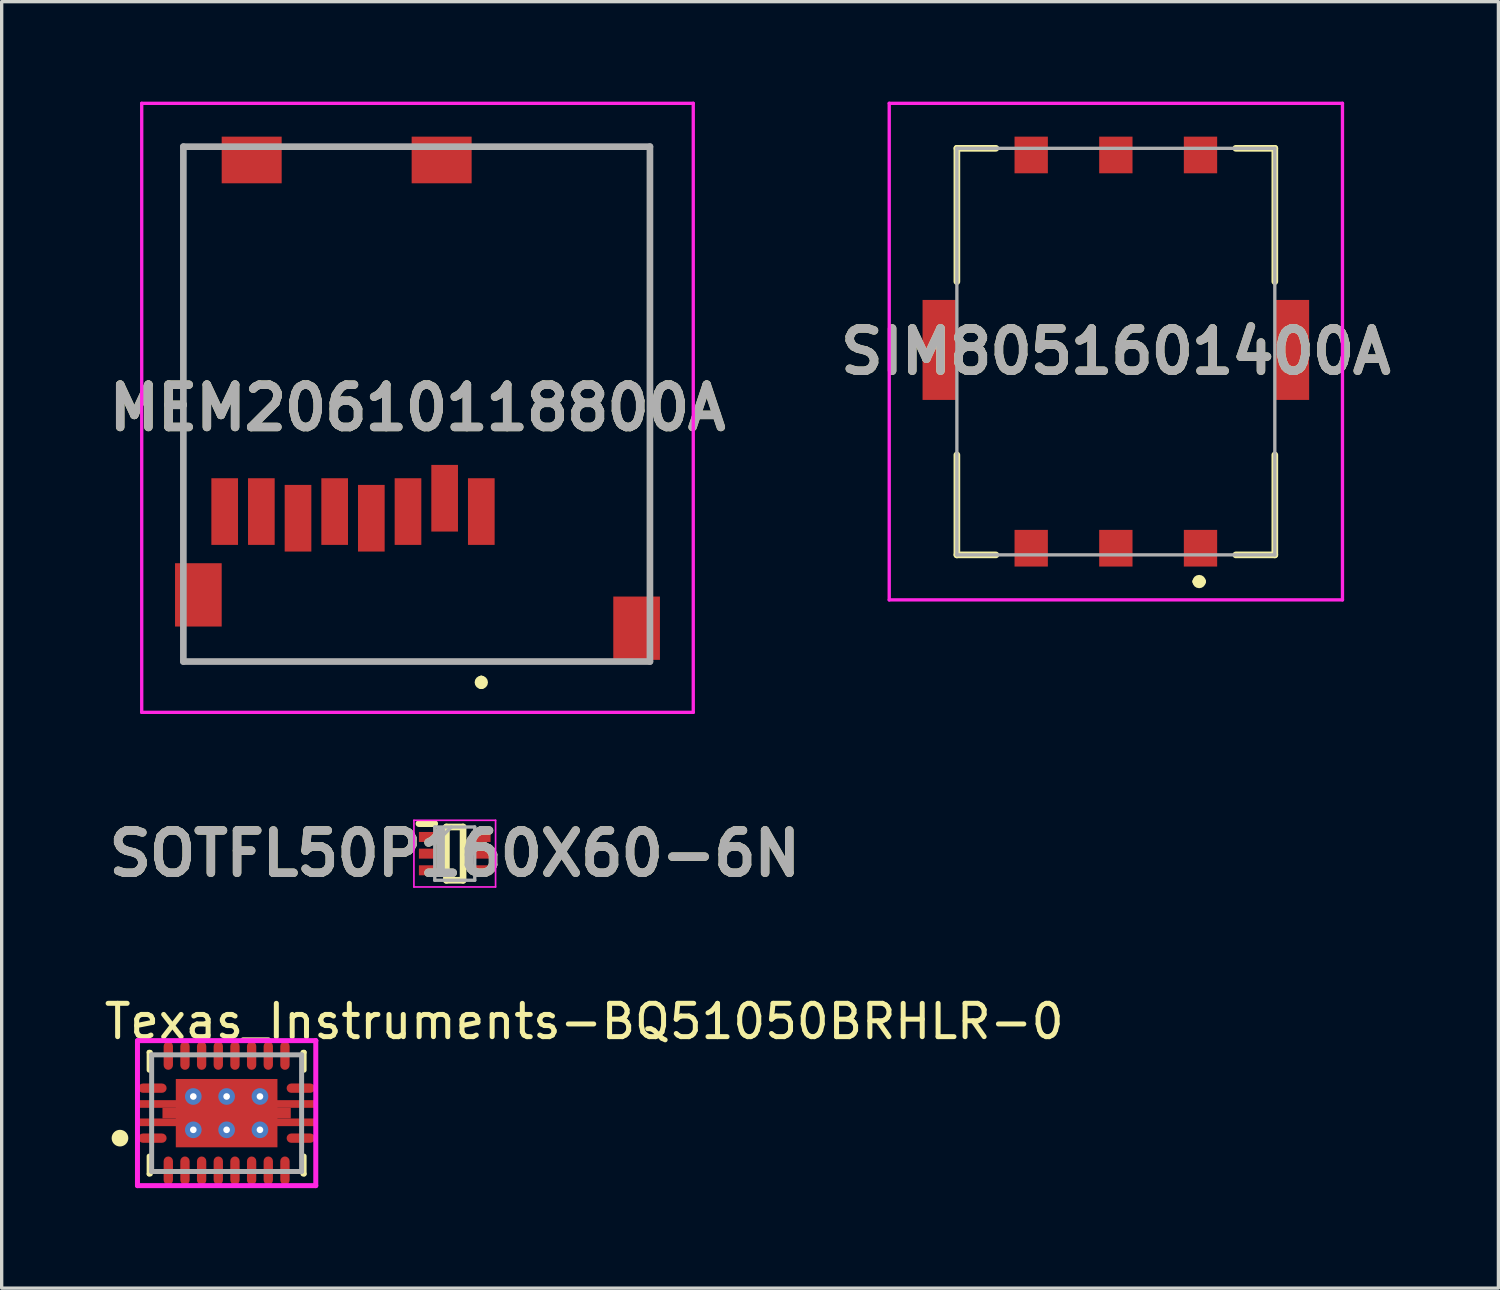
<source format=kicad_pcb>
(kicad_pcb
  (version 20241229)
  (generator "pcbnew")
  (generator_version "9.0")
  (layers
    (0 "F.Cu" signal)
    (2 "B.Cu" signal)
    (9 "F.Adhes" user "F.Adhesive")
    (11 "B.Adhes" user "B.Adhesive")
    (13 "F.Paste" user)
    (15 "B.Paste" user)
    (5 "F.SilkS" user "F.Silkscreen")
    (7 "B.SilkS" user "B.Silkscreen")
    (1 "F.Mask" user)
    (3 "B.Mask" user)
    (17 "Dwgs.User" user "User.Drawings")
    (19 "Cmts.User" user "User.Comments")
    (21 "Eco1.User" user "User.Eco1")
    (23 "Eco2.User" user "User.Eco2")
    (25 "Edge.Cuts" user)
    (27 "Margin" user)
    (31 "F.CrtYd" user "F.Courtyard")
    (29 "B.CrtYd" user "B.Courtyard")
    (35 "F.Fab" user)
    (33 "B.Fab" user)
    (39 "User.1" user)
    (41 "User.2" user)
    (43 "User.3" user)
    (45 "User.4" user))
  (footprint "MEM20610118800A"
    (layer "F.Cu")
    (at 3.692 12.3)
    (property "Reference" "MEM20610118800A" (at 5.785 -3.112 0) (layer "F.SilkS") (effects (font (size 1.27 1.27) (thickness 0.254))))
    (attr smd)
    (fp_line (start -1.24 -10.95) (end -0.64 -10.95) (stroke (width 0.1) (type solid)) (layer "F.SilkS"))
    (fp_line (start -1.24 1.025) (end -1.24 -10.95) (stroke (width 0.1) (type solid)) (layer "F.SilkS"))
    (fp_line (start -1.24 4.5) (end 11.26 4.5) (stroke (width 0.1) (type solid)) (layer "F.SilkS"))
    (fp_line (start 7.7 5.025) (end 7.7 5.025) (stroke (width 0.2) (type solid)) (layer "F.SilkS"))
    (fp_line (start 7.7 5.225) (end 7.7 5.225) (stroke (width 0.2) (type solid)) (layer "F.SilkS"))
    (fp_line (start 7.76 -10.95) (end 12.76 -10.95) (stroke (width 0.1) (type solid)) (layer "F.SilkS"))
    (fp_line (start 12.76 -10.95) (end 12.76 2.825) (stroke (width 0.1) (type solid)) (layer "F.SilkS"))
    (fp_arc (start 7.7 5.025) (mid 7.8 5.125) (end 7.7 5.225) (stroke (width 0.2) (type solid)) (layer "F.SilkS"))
    (fp_arc (start 7.7 5.225) (mid 7.6 5.125) (end 7.7 5.025) (stroke (width 0.2) (type solid)) (layer "F.SilkS"))
    (fp_line (start -2.49 -12.25) (end 14.06 -12.25) (stroke (width 0.1) (type solid)) (layer "F.CrtYd"))
    (fp_line (start -2.49 6.025) (end -2.49 -12.25) (stroke (width 0.1) (type solid)) (layer "F.CrtYd"))
    (fp_line (start 14.06 -12.25) (end 14.06 6.025) (stroke (width 0.1) (type solid)) (layer "F.CrtYd"))
    (fp_line (start 14.06 6.025) (end -2.49 6.025) (stroke (width 0.1) (type solid)) (layer "F.CrtYd"))
    (fp_line (start -1.24 -10.95) (end 12.76 -10.95) (stroke (width 0.2) (type solid)) (layer "F.Fab"))
    (fp_line (start -1.24 4.5) (end -1.24 -10.95) (stroke (width 0.2) (type solid)) (layer "F.Fab"))
    (fp_line (start 12.76 -10.95) (end 12.76 4.5) (stroke (width 0.2) (type solid)) (layer "F.Fab"))
    (fp_line (start 12.76 4.5) (end -1.24 4.5) (stroke (width 0.2) (type solid)) (layer "F.Fab"))
    (fp_text user "${REFERENCE}" (at 5.785 -3.112 0) (layer "F.Fab") (effects (font (size 1.27 1.27) (thickness 0.254))))
    (pad "CD1" smd rect (at 6.51 -10.55 90) (size 1.4 1.8) (layers "F.Cu" "F.Mask" "F.Paste"))
    (pad "CD2" smd rect (at 0.81 -10.55 90) (size 1.4 1.8) (layers "F.Cu" "F.Mask" "F.Paste"))
    (pad "G1" smd rect (at 12.36 3.5) (size 1.4 1.9) (layers "F.Cu" "F.Mask" "F.Paste"))
    (pad "G2" smd rect (at -0.79 2.5) (size 1.4 1.9) (layers "F.Cu" "F.Mask" "F.Paste"))
    (pad "P1" smd rect (at 7.7 0) (size 0.8 2) (layers "F.Cu" "F.Mask" "F.Paste"))
    (pad "P2" smd rect (at 6.6 -0.4) (size 0.8 2) (layers "F.Cu" "F.Mask" "F.Paste"))
    (pad "P3" smd rect (at 5.5 0) (size 0.8 2) (layers "F.Cu" "F.Mask" "F.Paste"))
    (pad "P4" smd rect (at 4.4 0.2) (size 0.8 2) (layers "F.Cu" "F.Mask" "F.Paste"))
    (pad "P5" smd rect (at 3.3 0) (size 0.8 2) (layers "F.Cu" "F.Mask" "F.Paste"))
    (pad "P6" smd rect (at 2.2 0.2) (size 0.8 2) (layers "F.Cu" "F.Mask" "F.Paste"))
    (pad "P7" smd rect (at 1.1 0) (size 0.8 2) (layers "F.Cu" "F.Mask" "F.Paste"))
    (pad "P8" smd rect (at 0 0) (size 0.8 2) (layers "F.Cu" "F.Mask" "F.Paste")))
  (footprint "SOTFL50P160X60-6N"
    (layer "F.Cu")
    (at 10.595 22.564)
    (property "Reference" "SOTFL50P160X60-6N" (at 0 0 0) (layer "F.SilkS") (effects (font (size 1.27 1.27) (thickness 0.254))))
    (attr smd)
    (fp_line (start -1.075 -0.9) (end -0.6 -0.9) (stroke (width 0.2) (type solid)) (layer "F.SilkS"))
    (fp_line (start -0.25 -0.8) (end 0.25 -0.8) (stroke (width 0.2) (type solid)) (layer "F.SilkS"))
    (fp_line (start -0.25 0.8) (end -0.25 -0.8) (stroke (width 0.2) (type solid)) (layer "F.SilkS"))
    (fp_line (start 0.25 -0.8) (end 0.25 0.8) (stroke (width 0.2) (type solid)) (layer "F.SilkS"))
    (fp_line (start 0.25 0.8) (end -0.25 0.8) (stroke (width 0.2) (type solid)) (layer "F.SilkS"))
    (fp_line (start -1.225 -1) (end 1.225 -1) (stroke (width 0.05) (type solid)) (layer "F.CrtYd"))
    (fp_line (start -1.225 1) (end -1.225 -1) (stroke (width 0.05) (type solid)) (layer "F.CrtYd"))
    (fp_line (start 1.225 -1) (end 1.225 1) (stroke (width 0.05) (type solid)) (layer "F.CrtYd"))
    (fp_line (start 1.225 1) (end -1.225 1) (stroke (width 0.05) (type solid)) (layer "F.CrtYd"))
    (fp_line (start -0.6 -0.8) (end 0.6 -0.8) (stroke (width 0.1) (type solid)) (layer "F.Fab"))
    (fp_line (start -0.6 -0.3) (end -0.1 -0.8) (stroke (width 0.1) (type solid)) (layer "F.Fab"))
    (fp_line (start -0.6 0.8) (end -0.6 -0.8) (stroke (width 0.1) (type solid)) (layer "F.Fab"))
    (fp_line (start 0.6 -0.8) (end 0.6 0.8) (stroke (width 0.1) (type solid)) (layer "F.Fab"))
    (fp_line (start 0.6 0.8) (end -0.6 0.8) (stroke (width 0.1) (type solid)) (layer "F.Fab"))
    (fp_text user "${REFERENCE}" (at 0 0 0) (layer "F.Fab") (effects (font (size 1.27 1.27) (thickness 0.254))))
    (pad "1" smd rect (at -0.838 -0.5 90) (size 0.3 0.475) (layers "F.Cu" "F.Mask" "F.Paste"))
    (pad "2" smd rect (at -0.838 0 90) (size 0.3 0.475) (layers "F.Cu" "F.Mask" "F.Paste"))
    (pad "3" smd rect (at -0.838 0.5 90) (size 0.3 0.475) (layers "F.Cu" "F.Mask" "F.Paste"))
    (pad "4" smd rect (at 0.838 0.5 90) (size 0.3 0.475) (layers "F.Cu" "F.Mask" "F.Paste"))
    (pad "5" smd rect (at 0.838 0 90) (size 0.3 0.475) (layers "F.Cu" "F.Mask" "F.Paste"))
    (pad "6" smd rect (at 0.838 -0.5 90) (size 0.3 0.475) (layers "F.Cu" "F.Mask" "F.Paste")))
  (footprint "SIM8051601400A"
    (layer "F.Cu")
    (at 30.432 7.5)
    (property "Reference" "SIM8051601400A" (at 0 0 0) (layer "F.SilkS") (effects (font (size 1.27 1.27) (thickness 0.254))))
    (attr smd)
    (fp_line (start -4.77 -6.1) (end -4.77 -2.1) (stroke (width 0.2) (type solid)) (layer "F.SilkS"))
    (fp_line (start -4.77 3.1) (end -4.77 6.1) (stroke (width 0.2) (type solid)) (layer "F.SilkS"))
    (fp_line (start -4.77 6.1) (end -3.6 6.1) (stroke (width 0.2) (type solid)) (layer "F.SilkS"))
    (fp_line (start -3.6 -6.1) (end -4.77 -6.1) (stroke (width 0.2) (type solid)) (layer "F.SilkS"))
    (fp_line (start 2.4 6.9) (end 2.4 6.9) (stroke (width 0.2) (type solid)) (layer "F.SilkS"))
    (fp_line (start 2.6 6.9) (end 2.6 6.9) (stroke (width 0.2) (type solid)) (layer "F.SilkS"))
    (fp_line (start 3.6 6.1) (end 4.77 6.1) (stroke (width 0.2) (type solid)) (layer "F.SilkS"))
    (fp_line (start 4.77 -6.1) (end 3.6 -6.1) (stroke (width 0.2) (type solid)) (layer "F.SilkS"))
    (fp_line (start 4.77 -2.1) (end 4.77 -6.1) (stroke (width 0.2) (type solid)) (layer "F.SilkS"))
    (fp_line (start 4.77 6.1) (end 4.77 3.1) (stroke (width 0.2) (type solid)) (layer "F.SilkS"))
    (fp_arc (start 2.4 6.9) (mid 2.5 6.8) (end 2.6 6.9) (stroke (width 0.2) (type solid)) (layer "F.SilkS"))
    (fp_arc (start 2.6 6.9) (mid 2.5 7) (end 2.4 6.9) (stroke (width 0.2) (type solid)) (layer "F.SilkS"))
    (fp_line (start -6.8 -7.45) (end 6.8 -7.45) (stroke (width 0.1) (type solid)) (layer "F.CrtYd"))
    (fp_line (start -6.8 7.45) (end -6.8 -7.45) (stroke (width 0.1) (type solid)) (layer "F.CrtYd"))
    (fp_line (start 6.8 -7.45) (end 6.8 7.45) (stroke (width 0.1) (type solid)) (layer "F.CrtYd"))
    (fp_line (start 6.8 7.45) (end -6.8 7.45) (stroke (width 0.1) (type solid)) (layer "F.CrtYd"))
    (fp_line (start -4.77 -6.1) (end 4.77 -6.1) (stroke (width 0.1) (type solid)) (layer "F.Fab"))
    (fp_line (start -4.77 6.1) (end -4.77 -6.1) (stroke (width 0.1) (type solid)) (layer "F.Fab"))
    (fp_line (start 4.77 -6.1) (end 4.77 6.1) (stroke (width 0.1) (type solid)) (layer "F.Fab"))
    (fp_line (start 4.77 6.1) (end -4.77 6.1) (stroke (width 0.1) (type solid)) (layer "F.Fab"))
    (fp_text user "${REFERENCE}" (at 0 0 0) (layer "F.Fab") (effects (font (size 1.27 1.27) (thickness 0.254))))
    (pad "C1" smd rect (at 2.54 5.9) (size 1 1.1) (layers "F.Cu" "F.Mask" "F.Paste"))
    (pad "C2" smd rect (at 0 5.9) (size 1 1.1) (layers "F.Cu" "F.Mask" "F.Paste"))
    (pad "C3" smd rect (at -2.54 5.9) (size 1 1.1) (layers "F.Cu" "F.Mask" "F.Paste"))
    (pad "C5" smd rect (at 2.54 -5.9) (size 1 1.1) (layers "F.Cu" "F.Mask" "F.Paste"))
    (pad "C6" smd rect (at 0 -5.9) (size 1 1.1) (layers "F.Cu" "F.Mask" "F.Paste"))
    (pad "C7" smd rect (at -2.54 -5.9) (size 1 1.1) (layers "F.Cu" "F.Mask" "F.Paste"))
    (pad "MP1" smd rect (at 5.3 -0.05) (size 1 3) (layers "F.Cu" "F.Mask" "F.Paste"))
    (pad "MP2" smd rect (at -5.3 -0.05) (size 1 3) (layers "F.Cu" "F.Mask" "F.Paste")))
  (footprint "Texas_Instruments-BQ51050BRHLR-0"
    (layer "F.Cu")
    (at 3.75 30.351)
    (property "Reference" "Texas_Instruments-BQ51050BRHLR-0" (at -3.75 -2.75 0) (layer "F.SilkS") (effects (font (size 1 1) (thickness 0.15)) (justify left)))
    (attr through_hole)
    (fp_line (start -2.325 -1.825) (end -2.29 -1.825) (stroke (width 0.15) (type solid)) (layer "F.SilkS"))
    (fp_line (start -2.325 -1.29) (end -2.325 -1.825) (stroke (width 0.15) (type solid)) (layer "F.SilkS"))
    (fp_line (start -2.325 1.825) (end -2.325 1.29) (stroke (width 0.15) (type solid)) (layer "F.SilkS"))
    (fp_line (start -2.325 1.825) (end -2.29 1.825) (stroke (width 0.15) (type solid)) (layer "F.SilkS"))
    (fp_line (start 2.29 -1.825) (end 2.325 -1.825) (stroke (width 0.15) (type solid)) (layer "F.SilkS"))
    (fp_line (start 2.29 1.825) (end 2.325 1.825) (stroke (width 0.15) (type solid)) (layer "F.SilkS"))
    (fp_line (start 2.325 -1.29) (end 2.325 -1.825) (stroke (width 0.15) (type solid)) (layer "F.SilkS"))
    (fp_line (start 2.325 1.825) (end 2.325 1.29) (stroke (width 0.15) (type solid)) (layer "F.SilkS"))
    (fp_circle (center -3.2 0.75) (end -3.075 0.75) (stroke (width 0.25) (type solid)) (fill no) (layer "F.SilkS"))
    (fp_line (start -2.675 -2.175) (end -2.675 2.175) (stroke (width 0.15) (type solid)) (layer "F.CrtYd"))
    (fp_line (start -2.675 2.175) (end 2.675 2.175) (stroke (width 0.15) (type solid)) (layer "F.CrtYd"))
    (fp_line (start 2.675 -2.175) (end -2.675 -2.175) (stroke (width 0.15) (type solid)) (layer "F.CrtYd"))
    (fp_line (start 2.675 -2.175) (end 2.675 -2.175) (stroke (width 0.15) (type solid)) (layer "F.CrtYd"))
    (fp_line (start 2.675 2.175) (end 2.675 -2.175) (stroke (width 0.15) (type solid)) (layer "F.CrtYd"))
    (fp_line (start -2.25 -1.75) (end 2.25 -1.75) (stroke (width 0.15) (type solid)) (layer "F.Fab"))
    (fp_line (start -2.25 1.75) (end -2.25 -1.75) (stroke (width 0.15) (type solid)) (layer "F.Fab"))
    (fp_line (start 2.25 -1.75) (end 2.25 1.75) (stroke (width 0.15) (type solid)) (layer "F.Fab"))
    (fp_line (start 2.25 1.75) (end -2.25 1.75) (stroke (width 0.15) (type solid)) (layer "F.Fab"))
    (pad "1" smd roundrect (at -2.225 0.75 270) (size 0.28 0.85) (layers "F.Cu" "F.Mask" "F.Paste") (roundrect_rratio 0.5))
    (pad "2" smd roundrect (at -1.75 1.725) (size 0.28 0.85) (layers "F.Cu" "F.Mask" "F.Paste") (roundrect_rratio 0.5))
    (pad "3" smd roundrect (at -1.25 1.725) (size 0.28 0.85) (layers "F.Cu" "F.Mask" "F.Paste") (roundrect_rratio 0.5))
    (pad "4" smd roundrect (at -0.75 1.725) (size 0.28 0.85) (layers "F.Cu" "F.Mask" "F.Paste") (roundrect_rratio 0.5))
    (pad "5" smd roundrect (at -0.25 1.725) (size 0.28 0.85) (layers "F.Cu" "F.Mask" "F.Paste") (roundrect_rratio 0.5))
    (pad "6" smd roundrect (at 0.25 1.725) (size 0.28 0.85) (layers "F.Cu" "F.Mask" "F.Paste") (roundrect_rratio 0.5))
    (pad "7" smd roundrect (at 0.75 1.725) (size 0.28 0.85) (layers "F.Cu" "F.Mask" "F.Paste") (roundrect_rratio 0.5))
    (pad "8" smd roundrect (at 1.25 1.725) (size 0.28 0.85) (layers "F.Cu" "F.Mask" "F.Paste") (roundrect_rratio 0.5))
    (pad "9" smd roundrect (at 1.75 1.725) (size 0.28 0.85) (layers "F.Cu" "F.Mask" "F.Paste") (roundrect_rratio 0.5))
    (pad "10" smd roundrect (at 2.225 0.75 270) (size 0.28 0.85) (layers "F.Cu" "F.Mask" "F.Paste") (roundrect_rratio 0.5))
    (pad "11" smd roundrect (at 2.225 -0.75 270) (size 0.28 0.85) (layers "F.Cu" "F.Mask" "F.Paste") (roundrect_rratio 0.5))
    (pad "12" smd roundrect (at 1.75 -1.725) (size 0.28 0.85) (layers "F.Cu" "F.Mask" "F.Paste") (roundrect_rratio 0.5))
    (pad "13" smd roundrect (at 1.25 -1.725) (size 0.28 0.85) (layers "F.Cu" "F.Mask" "F.Paste") (roundrect_rratio 0.5))
    (pad "14" smd roundrect (at 0.75 -1.725) (size 0.28 0.85) (layers "F.Cu" "F.Mask" "F.Paste") (roundrect_rratio 0.5))
    (pad "15" smd roundrect (at 0.25 -1.725) (size 0.28 0.85) (layers "F.Cu" "F.Mask" "F.Paste") (roundrect_rratio 0.5))
    (pad "16" smd roundrect (at -0.25 -1.725) (size 0.28 0.85) (layers "F.Cu" "F.Mask" "F.Paste") (roundrect_rratio 0.5))
    (pad "17" smd roundrect (at -0.75 -1.725) (size 0.28 0.85) (layers "F.Cu" "F.Mask" "F.Paste") (roundrect_rratio 0.5))
    (pad "18" smd roundrect (at -1.25 -1.725) (size 0.28 0.85) (layers "F.Cu" "F.Mask" "F.Paste") (roundrect_rratio 0.5))
    (pad "19" smd roundrect (at -1.75 -1.725) (size 0.28 0.85) (layers "F.Cu" "F.Mask" "F.Paste") (roundrect_rratio 0.5))
    (pad "20" smd roundrect (at -2.225 -0.75 270) (size 0.28 0.85) (layers "F.Cu" "F.Mask" "F.Paste") (roundrect_rratio 0.5))
    (pad "21" smd rect (at 0.000001 0.000001) (size 3.05 2.05) (layers "F.Cu" "F.Mask" "F.Paste"))
    (pad "~" thru_hole circle (at -1 -0.5) (size 0.5 0.5) (drill 0.2) (layers "*.Cu"))
    (pad "~" thru_hole circle (at -1 0.5) (size 0.5 0.5) (drill 0.2) (layers "*.Cu"))
    (pad "~" thru_hole circle (at 0 -0.5) (size 0.5 0.5) (drill 0.2) (layers "*.Cu"))
    (pad "~" smd rect (at 0 -0.275 180) (size 5.3 0.23) (layers "F.Cu" "F.Mask" "F.Paste"))
    (pad "~" smd rect (at 0 0.000001) (size 3.85 0.32) (layers "F.Cu" "F.Mask" "F.Paste"))
    (pad "~" smd rect (at 0 0.275 180) (size 5.3 0.23) (layers "F.Cu" "F.Mask" "F.Paste"))
    (pad "~" thru_hole circle (at 0 0.5) (size 0.5 0.5) (drill 0.2) (layers "*.Cu"))
    (pad "~" thru_hole circle (at 1 -0.5) (size 0.5 0.5) (drill 0.2) (layers "*.Cu"))
    (pad "~" thru_hole circle (at 1 0.5) (size 0.5 0.5) (drill 0.2) (layers "*.Cu")))
  (gr_rect
    (start -3 -3)
    (end 41.911 35.601)
    (stroke (width 0.1) (type default))
    (fill no)
    (layer "Edge.Cuts")))
</source>
